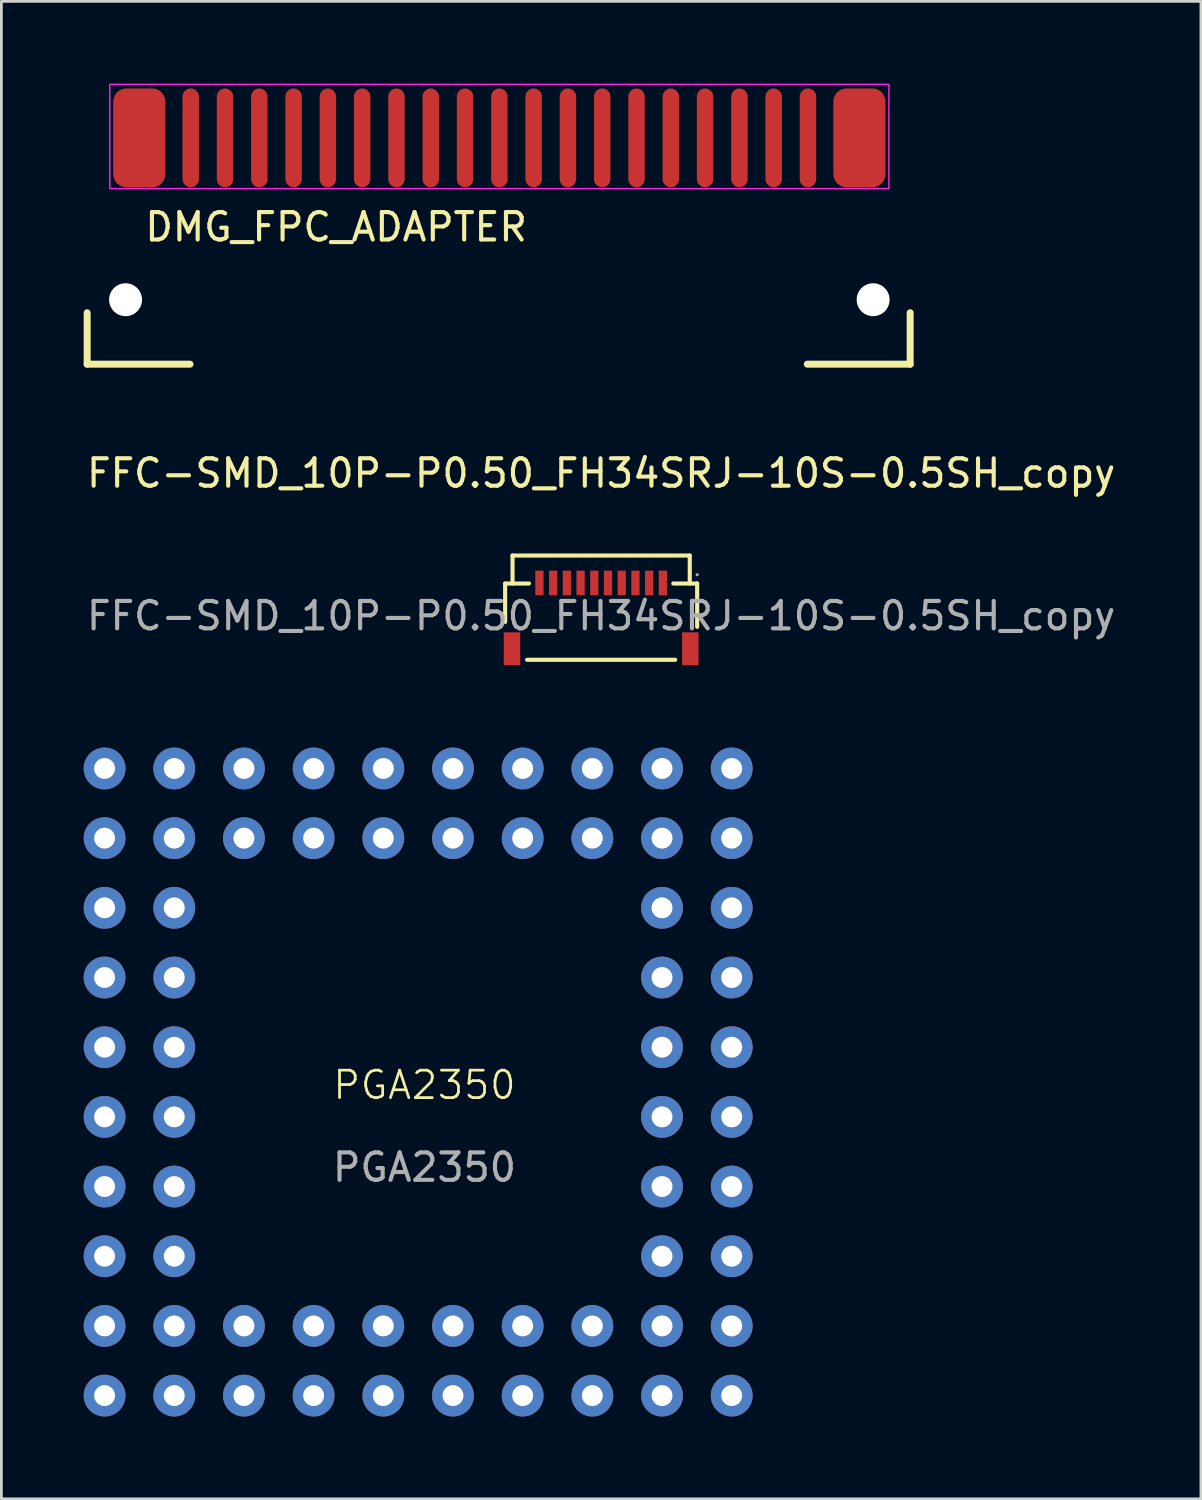
<source format=kicad_pcb>
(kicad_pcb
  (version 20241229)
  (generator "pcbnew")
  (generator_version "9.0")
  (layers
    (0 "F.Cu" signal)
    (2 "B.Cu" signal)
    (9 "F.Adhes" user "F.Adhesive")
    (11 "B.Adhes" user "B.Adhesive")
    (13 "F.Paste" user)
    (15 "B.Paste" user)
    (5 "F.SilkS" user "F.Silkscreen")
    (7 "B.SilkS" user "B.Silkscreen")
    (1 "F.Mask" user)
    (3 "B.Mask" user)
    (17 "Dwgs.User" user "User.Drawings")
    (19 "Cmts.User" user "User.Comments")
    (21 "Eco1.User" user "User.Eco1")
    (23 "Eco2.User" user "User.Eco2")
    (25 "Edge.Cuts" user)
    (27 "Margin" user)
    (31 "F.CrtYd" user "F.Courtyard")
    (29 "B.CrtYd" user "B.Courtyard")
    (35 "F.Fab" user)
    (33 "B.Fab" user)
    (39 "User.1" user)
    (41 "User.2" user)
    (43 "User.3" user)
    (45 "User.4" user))
  (footprint "PGA2350"
    (layer "F.Cu")
    (at 12.422 37.002)
    (property "Reference" "PGA2350" (at 0 -0.5 0) (unlocked yes) (layer "F.SilkS") (effects (font (size 1 1) (thickness 0.1))))
    (attr through_hole)
    (fp_text user "${REFERENCE}" (at 0 2.5 0) (unlocked yes) (layer "F.Fab") (effects (font (size 1 1) (thickness 0.15))))
    (pad "A1" thru_hole circle (at -11.66 -12.04) (size 1.524 1.524) (drill 0.762) (layers "*.Cu" "*.Mask"))
    (pad "A2" thru_hole circle (at -9.12 -12.04) (size 1.524 1.524) (drill 0.762) (layers "*.Cu" "*.Mask"))
    (pad "A3" thru_hole circle (at -6.58 -12.04) (size 1.524 1.524) (drill 0.762) (layers "*.Cu" "*.Mask"))
    (pad "A4" thru_hole circle (at -4.04 -12.04) (size 1.524 1.524) (drill 0.762) (layers "*.Cu" "*.Mask"))
    (pad "A5" thru_hole circle (at -1.5 -12.04) (size 1.524 1.524) (drill 0.762) (layers "*.Cu" "*.Mask"))
    (pad "A6" thru_hole circle (at 1.04 -12.04) (size 1.524 1.524) (drill 0.762) (layers "*.Cu" "*.Mask"))
    (pad "A7" thru_hole circle (at 3.58 -12.04) (size 1.524 1.524) (drill 0.762) (layers "*.Cu" "*.Mask"))
    (pad "A8" thru_hole circle (at 6.12 -12.04) (size 1.524 1.524) (drill 0.762) (layers "*.Cu" "*.Mask"))
    (pad "A9" thru_hole circle (at 8.66 -12.04) (size 1.524 1.524) (drill 0.762) (layers "*.Cu" "*.Mask"))
    (pad "A10" thru_hole circle (at 11.2 -12.04) (size 1.524 1.524) (drill 0.762) (layers "*.Cu" "*.Mask"))
    (pad "B1" thru_hole circle (at -11.66 -9.5) (size 1.524 1.524) (drill 0.762) (layers "*.Cu" "*.Mask"))
    (pad "B2" thru_hole circle (at -9.12 -9.5) (size 1.524 1.524) (drill 0.762) (layers "*.Cu" "*.Mask"))
    (pad "B3" thru_hole circle (at -6.58 -9.5) (size 1.524 1.524) (drill 0.762) (layers "*.Cu" "*.Mask"))
    (pad "B4" thru_hole circle (at -4.04 -9.5) (size 1.524 1.524) (drill 0.762) (layers "*.Cu" "*.Mask"))
    (pad "B5" thru_hole circle (at -1.5 -9.5) (size 1.524 1.524) (drill 0.762) (layers "*.Cu" "*.Mask"))
    (pad "B6" thru_hole circle (at 1.04 -9.5) (size 1.524 1.524) (drill 0.762) (layers "*.Cu" "*.Mask"))
    (pad "B7" thru_hole circle (at 3.58 -9.5) (size 1.524 1.524) (drill 0.762) (layers "*.Cu" "*.Mask"))
    (pad "B8" thru_hole circle (at 6.12 -9.5) (size 1.524 1.524) (drill 0.762) (layers "*.Cu" "*.Mask"))
    (pad "B9" thru_hole circle (at 8.66 -9.5) (size 1.524 1.524) (drill 0.762) (layers "*.Cu" "*.Mask"))
    (pad "B10" thru_hole circle (at 11.2 -9.5) (size 1.524 1.524) (drill 0.762) (layers "*.Cu" "*.Mask"))
    (pad "C1" thru_hole circle (at -11.66 -6.96) (size 1.524 1.524) (drill 0.762) (layers "*.Cu" "*.Mask"))
    (pad "C2" thru_hole circle (at -9.12 -6.96) (size 1.524 1.524) (drill 0.762) (layers "*.Cu" "*.Mask"))
    (pad "C9" thru_hole circle (at 8.66 -6.96) (size 1.524 1.524) (drill 0.762) (layers "*.Cu" "*.Mask"))
    (pad "C10" thru_hole circle (at 11.2 -6.96) (size 1.524 1.524) (drill 0.762) (layers "*.Cu" "*.Mask"))
    (pad "D1" thru_hole circle (at -11.66 -4.42) (size 1.524 1.524) (drill 0.762) (layers "*.Cu" "*.Mask"))
    (pad "D2" thru_hole circle (at -9.12 -4.42) (size 1.524 1.524) (drill 0.762) (layers "*.Cu" "*.Mask"))
    (pad "D9" thru_hole circle (at 8.66 -4.42) (size 1.524 1.524) (drill 0.762) (layers "*.Cu" "*.Mask"))
    (pad "D10" thru_hole circle (at 11.2 -4.42) (size 1.524 1.524) (drill 0.762) (layers "*.Cu" "*.Mask"))
    (pad "E1" thru_hole circle (at -11.66 -1.88) (size 1.524 1.524) (drill 0.762) (layers "*.Cu" "*.Mask"))
    (pad "E2" thru_hole circle (at -9.12 -1.88) (size 1.524 1.524) (drill 0.762) (layers "*.Cu" "*.Mask"))
    (pad "E9" thru_hole circle (at 8.66 -1.88) (size 1.524 1.524) (drill 0.762) (layers "*.Cu" "*.Mask"))
    (pad "E10" thru_hole circle (at 11.2 -1.88) (size 1.524 1.524) (drill 0.762) (layers "*.Cu" "*.Mask"))
    (pad "F1" thru_hole circle (at -11.66 0.66) (size 1.524 1.524) (drill 0.762) (layers "*.Cu" "*.Mask"))
    (pad "F2" thru_hole circle (at -9.12 0.66) (size 1.524 1.524) (drill 0.762) (layers "*.Cu" "*.Mask"))
    (pad "F9" thru_hole circle (at 8.66 0.66) (size 1.524 1.524) (drill 0.762) (layers "*.Cu" "*.Mask"))
    (pad "F10" thru_hole circle (at 11.2 0.66) (size 1.524 1.524) (drill 0.762) (layers "*.Cu" "*.Mask"))
    (pad "G1" thru_hole circle (at -11.66 3.2) (size 1.524 1.524) (drill 0.762) (layers "*.Cu" "*.Mask"))
    (pad "G2" thru_hole circle (at -9.12 3.2) (size 1.524 1.524) (drill 0.762) (layers "*.Cu" "*.Mask"))
    (pad "G9" thru_hole circle (at 8.66 3.2) (size 1.524 1.524) (drill 0.762) (layers "*.Cu" "*.Mask"))
    (pad "G10" thru_hole circle (at 11.2 3.2) (size 1.524 1.524) (drill 0.762) (layers "*.Cu" "*.Mask"))
    (pad "H1" thru_hole circle (at -11.66 5.74) (size 1.524 1.524) (drill 0.762) (layers "*.Cu" "*.Mask"))
    (pad "H2" thru_hole circle (at -9.12 5.74) (size 1.524 1.524) (drill 0.762) (layers "*.Cu" "*.Mask"))
    (pad "H9" thru_hole circle (at 8.66 5.74) (size 1.524 1.524) (drill 0.762) (layers "*.Cu" "*.Mask"))
    (pad "H10" thru_hole circle (at 11.2 5.74) (size 1.524 1.524) (drill 0.762) (layers "*.Cu" "*.Mask"))
    (pad "I1" thru_hole circle (at -11.66 8.28) (size 1.524 1.524) (drill 0.762) (layers "*.Cu" "*.Mask"))
    (pad "I2" thru_hole circle (at -9.12 8.28) (size 1.524 1.524) (drill 0.762) (layers "*.Cu" "*.Mask"))
    (pad "I3" thru_hole circle (at -6.58 8.28) (size 1.524 1.524) (drill 0.762) (layers "*.Cu" "*.Mask"))
    (pad "I4" thru_hole circle (at -4.04 8.28) (size 1.524 1.524) (drill 0.762) (layers "*.Cu" "*.Mask"))
    (pad "I5" thru_hole circle (at -1.5 8.28) (size 1.524 1.524) (drill 0.762) (layers "*.Cu" "*.Mask"))
    (pad "I6" thru_hole circle (at 1.04 8.28) (size 1.524 1.524) (drill 0.762) (layers "*.Cu" "*.Mask"))
    (pad "I7" thru_hole circle (at 3.58 8.28) (size 1.524 1.524) (drill 0.762) (layers "*.Cu" "*.Mask"))
    (pad "I8" thru_hole circle (at 6.12 8.28) (size 1.524 1.524) (drill 0.762) (layers "*.Cu" "*.Mask"))
    (pad "I9" thru_hole circle (at 8.66 8.28) (size 1.524 1.524) (drill 0.762) (layers "*.Cu" "*.Mask"))
    (pad "I10" thru_hole circle (at 11.2 8.28) (size 1.524 1.524) (drill 0.762) (layers "*.Cu" "*.Mask"))
    (pad "J1" thru_hole circle (at -11.66 10.82) (size 1.524 1.524) (drill 0.762) (layers "*.Cu" "*.Mask"))
    (pad "J2" thru_hole circle (at -9.12 10.82) (size 1.524 1.524) (drill 0.762) (layers "*.Cu" "*.Mask"))
    (pad "J3" thru_hole circle (at -6.58 10.82) (size 1.524 1.524) (drill 0.762) (layers "*.Cu" "*.Mask"))
    (pad "J4" thru_hole circle (at -4.04 10.82) (size 1.524 1.524) (drill 0.762) (layers "*.Cu" "*.Mask"))
    (pad "J5" thru_hole circle (at -1.5 10.82) (size 1.524 1.524) (drill 0.762) (layers "*.Cu" "*.Mask"))
    (pad "J6" thru_hole circle (at 1.04 10.82) (size 1.524 1.524) (drill 0.762) (layers "*.Cu" "*.Mask"))
    (pad "J7" thru_hole circle (at 3.58 10.82) (size 1.524 1.524) (drill 0.762) (layers "*.Cu" "*.Mask"))
    (pad "J8" thru_hole circle (at 6.12 10.82) (size 1.524 1.524) (drill 0.762) (layers "*.Cu" "*.Mask"))
    (pad "J9" thru_hole circle (at 8.66 10.82) (size 1.524 1.524) (drill 0.762) (layers "*.Cu" "*.Mask"))
    (pad "J10" thru_hole circle (at 11.2 10.82) (size 1.524 1.524) (drill 0.762) (layers "*.Cu" "*.Mask")))
  (footprint "DMG_FPC_ADAPTER"
    (layer "F.Cu")
    (at 15.152 5.225)
    (property "Reference" "DMG_FPC_ADAPTER" (at -13 0 0) (layer "F.SilkS") (effects (font (size 1 1) (thickness 0.15)) (justify left)))
    (attr smd exclude_from_bom)
    (fp_line (start -15.025 3.125) (end -15.025 5) (stroke (width 0.254) (type solid)) (layer "F.SilkS"))
    (fp_line (start -15.025 5) (end -11.275 5) (stroke (width 0.254) (type solid)) (layer "F.SilkS"))
    (fp_line (start 14.975 3.125) (end 14.975 5) (stroke (width 0.254) (type solid)) (layer "F.SilkS"))
    (fp_line (start 14.975 5) (end 11.225 5) (stroke (width 0.254) (type solid)) (layer "F.SilkS"))
    (fp_rect (start -14.2 -5.2) (end 14.2 -1.4) (stroke (width 0.05) (type solid)) (fill no) (layer "F.CrtYd"))
    (pad "" np_thru_hole circle (at -13.625 2.65) (size 1.2 1.2) (drill 1.2) (layers "*.Cu" "*.Mask"))
    (pad "" np_thru_hole circle (at 13.625 2.65) (size 1.2 1.2) (drill 1.2) (layers "*.Cu" "*.Mask"))
    (pad "1" smd roundrect (at -13.125 -3.25) (size 1.9 3.6) (layers "F.Cu" "F.Mask") (roundrect_rratio 0.25))
    (pad "2" smd oval (at -11.25 -3.25) (size 0.6 3.6) (layers "F.Cu" "F.Mask"))
    (pad "3" smd oval (at -10 -3.25) (size 0.6 3.6) (layers "F.Cu" "F.Mask"))
    (pad "4" smd oval (at -8.75 -3.25) (size 0.6 3.6) (layers "F.Cu" "F.Mask"))
    (pad "5" smd oval (at -7.5 -3.25) (size 0.6 3.6) (layers "F.Cu" "F.Mask"))
    (pad "6" smd oval (at -6.25 -3.25) (size 0.6 3.6) (layers "F.Cu" "F.Mask"))
    (pad "7" smd oval (at -5 -3.25) (size 0.6 3.6) (layers "F.Cu" "F.Mask"))
    (pad "8" smd oval (at -3.75 -3.25) (size 0.6 3.6) (layers "F.Cu" "F.Mask"))
    (pad "9" smd oval (at -2.5 -3.25) (size 0.6 3.6) (layers "F.Cu" "F.Mask"))
    (pad "10" smd oval (at -1.25 -3.25) (size 0.6 3.6) (layers "F.Cu" "F.Mask"))
    (pad "11" smd oval (at 0 -3.25) (size 0.6 3.6) (layers "F.Cu" "F.Mask"))
    (pad "12" smd oval (at 1.25 -3.25) (size 0.6 3.6) (layers "F.Cu" "F.Mask"))
    (pad "13" smd oval (at 2.5 -3.25) (size 0.6 3.6) (layers "F.Cu" "F.Mask"))
    (pad "14" smd oval (at 3.75 -3.25) (size 0.6 3.6) (layers "F.Cu" "F.Mask"))
    (pad "15" smd oval (at 5 -3.25) (size 0.6 3.6) (layers "F.Cu" "F.Mask"))
    (pad "16" smd oval (at 6.25 -3.25) (size 0.6 3.6) (layers "F.Cu" "F.Mask"))
    (pad "17" smd oval (at 7.5 -3.25) (size 0.6 3.6) (layers "F.Cu" "F.Mask"))
    (pad "18" smd oval (at 8.75 -3.25) (size 0.6 3.6) (layers "F.Cu" "F.Mask"))
    (pad "19" smd oval (at 10 -3.25) (size 0.6 3.6) (layers "F.Cu" "F.Mask"))
    (pad "20" smd oval (at 11.25 -3.25) (size 0.6 3.6) (layers "F.Cu" "F.Mask"))
    (pad "21" smd roundrect (at 13.125 -3.25) (size 1.9 3.6) (layers "F.Cu" "F.Mask") (roundrect_rratio 0.25)))
  (footprint "FFC-SMD_10P-P0.50_FH34SRJ-10S-0.5SH_copy"
    (layer "F.Cu")
    (at 18.863 19.4)
    (property "Reference" "FFC-SMD_10P-P0.50_FH34SRJ-10S-0.5SH_copy" (at 0 -5.2 0) (layer "F.SilkS") (effects (font (size 1 1) (thickness 0.15))))
    (attr smd)
    (fp_line (start -3.5 -1.18) (end -3.5 0.22) (stroke (width 0.15) (type solid)) (layer "F.SilkS"))
    (fp_line (start -3.5 -1.18) (end -2.63 -1.18) (stroke (width 0.15) (type solid)) (layer "F.SilkS"))
    (fp_line (start -3.23 -2.2) (end -3.23 -1.18) (stroke (width 0.15) (type solid)) (layer "F.SilkS"))
    (fp_line (start -3.23 -2.2) (end 3.23 -2.2) (stroke (width 0.15) (type solid)) (layer "F.SilkS"))
    (fp_line (start -2.7 1.6) (end 2.7 1.6) (stroke (width 0.15) (type solid)) (layer "F.SilkS"))
    (fp_line (start 3.23 -2.2) (end 3.23 -1.18) (stroke (width 0.15) (type solid)) (layer "F.SilkS"))
    (fp_line (start 3.5 -1.18) (end 2.63 -1.18) (stroke (width 0.15) (type solid)) (layer "F.SilkS"))
    (fp_line (start 3.5 0.4) (end 3.5 -1.18) (stroke (width 0.15) (type solid)) (layer "F.SilkS"))
    (fp_circle (center 3.5 -1.5) (end 3.53 -1.5) (stroke (width 0.06) (type solid)) (fill no) (layer "F.Fab"))
    (fp_text user "${REFERENCE}" (at 0 0 0) (layer "F.Fab") (effects (font (size 1 1) (thickness 0.15))))
    (pad "1" smd rect (at 2.25 -1.2) (size 0.3 0.9) (layers "F.Cu" "F.Mask" "F.Paste"))
    (pad "2" smd rect (at 1.75 -1.2) (size 0.3 0.9) (layers "F.Cu" "F.Mask" "F.Paste"))
    (pad "3" smd rect (at 1.25 -1.2) (size 0.3 0.9) (layers "F.Cu" "F.Mask" "F.Paste"))
    (pad "4" smd rect (at 0.75 -1.2) (size 0.3 0.9) (layers "F.Cu" "F.Mask" "F.Paste"))
    (pad "5" smd rect (at 0.25 -1.2) (size 0.3 0.9) (layers "F.Cu" "F.Mask" "F.Paste"))
    (pad "6" smd rect (at -0.25 -1.2) (size 0.3 0.9) (layers "F.Cu" "F.Mask" "F.Paste"))
    (pad "7" smd rect (at -0.75 -1.2) (size 0.3 0.9) (layers "F.Cu" "F.Mask" "F.Paste"))
    (pad "8" smd rect (at -1.25 -1.2) (size 0.3 0.9) (layers "F.Cu" "F.Mask" "F.Paste"))
    (pad "9" smd rect (at -1.75 -1.2) (size 0.3 0.9) (layers "F.Cu" "F.Mask" "F.Paste"))
    (pad "10" smd rect (at -2.25 -1.2) (size 0.3 0.9) (layers "F.Cu" "F.Mask" "F.Paste"))
    (pad "11" smd rect (at -3.25 1.2) (size 0.6 1.2) (layers "F.Cu" "F.Mask" "F.Paste"))
    (pad "12" smd rect (at 3.25 1.2) (size 0.6 1.2) (layers "F.Cu" "F.Mask" "F.Paste")))
  (gr_rect
    (start -3 -3)
    (end 40.726 51.584)
    (stroke (width 0.1) (type default))
    (fill no)
    (layer "Edge.Cuts")))
</source>
